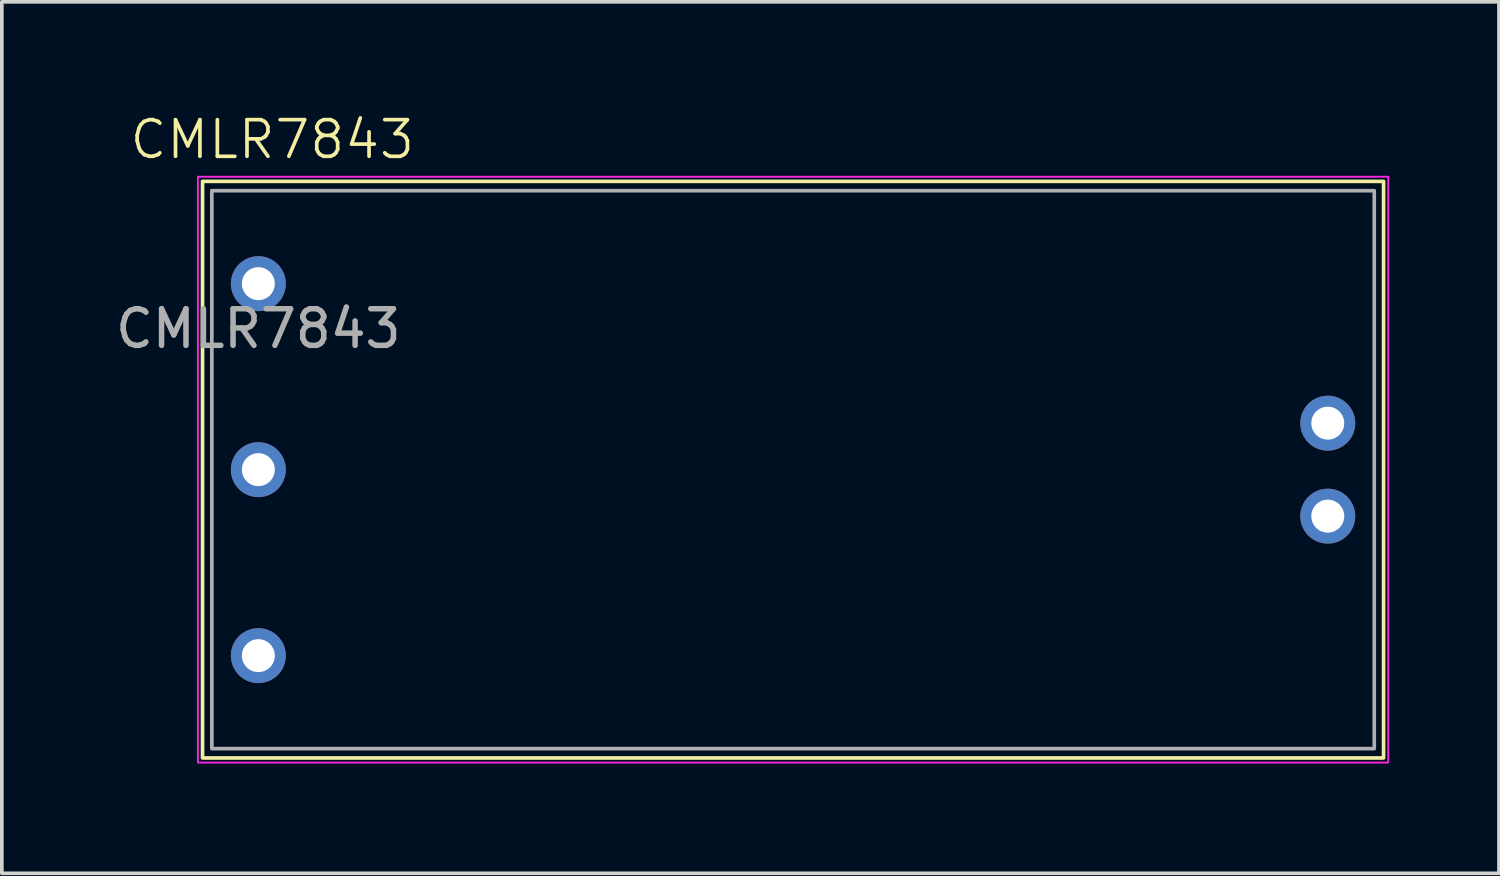
<source format=kicad_pcb>
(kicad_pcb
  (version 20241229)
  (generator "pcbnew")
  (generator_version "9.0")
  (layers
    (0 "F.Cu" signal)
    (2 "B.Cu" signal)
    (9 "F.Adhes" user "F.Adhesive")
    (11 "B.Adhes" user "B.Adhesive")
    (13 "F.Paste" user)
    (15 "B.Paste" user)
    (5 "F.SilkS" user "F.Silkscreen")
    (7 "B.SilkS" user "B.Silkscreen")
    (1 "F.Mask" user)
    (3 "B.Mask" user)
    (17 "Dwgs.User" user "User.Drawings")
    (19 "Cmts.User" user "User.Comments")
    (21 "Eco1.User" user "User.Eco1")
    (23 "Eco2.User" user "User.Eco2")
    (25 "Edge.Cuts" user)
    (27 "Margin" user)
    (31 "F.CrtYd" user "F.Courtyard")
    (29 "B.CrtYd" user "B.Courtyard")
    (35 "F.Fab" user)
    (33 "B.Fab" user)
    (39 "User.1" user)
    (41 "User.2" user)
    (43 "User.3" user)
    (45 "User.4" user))
  (footprint "CMLR7843"
    (layer "F.Cu")
    (at 4.006 3.428)
    (property "Reference" "CMLR7843" (at 0.381 -2.667 0) (unlocked yes) (layer "F.SilkS") (effects (font (size 1 1) (thickness 0.1))))
    (attr through_hole)
    (fp_rect (start -1.524 -1.524) (end 30.734 14.224) (stroke (width 0.1) (type default)) (fill no) (layer "F.SilkS"))
    (fp_rect (start -1.651 -1.651) (end 30.861 14.351) (stroke (width 0.05) (type default)) (fill no) (layer "F.CrtYd"))
    (fp_rect (start -1.27 -1.27) (end 30.48 13.97) (stroke (width 0.1) (type default)) (fill no) (layer "F.Fab"))
    (fp_text user "${REFERENCE}" (at 0 2.5 0) (unlocked yes) (layer "F.Fab") (effects (font (size 1 1) (thickness 0.15))))
    (pad "1" thru_hole circle (at 29.21 5.08 180) (size 1.5 1.5) (drill 0.9) (layers "*.Cu" "*.Mask"))
    (pad "2" thru_hole circle (at 29.21 7.62 180) (size 1.5 1.5) (drill 0.9) (layers "*.Cu" "*.Mask"))
    (pad "3" thru_hole circle (at 0 11.43 180) (size 1.5 1.5) (drill 0.9) (layers "*.Cu" "*.Mask"))
    (pad "4" thru_hole circle (at 0 6.35 180) (size 1.5 1.5) (drill 0.9) (layers "*.Cu" "*.Mask"))
    (pad "5" thru_hole circle (at 0 1.27 180) (size 1.5 1.5) (drill 0.9) (layers "*.Cu" "*.Mask")))
  (gr_rect
    (start -3 -3)
    (end 37.892 20.803)
    (stroke (width 0.1) (type default))
    (fill no)
    (layer "Edge.Cuts")))
</source>
